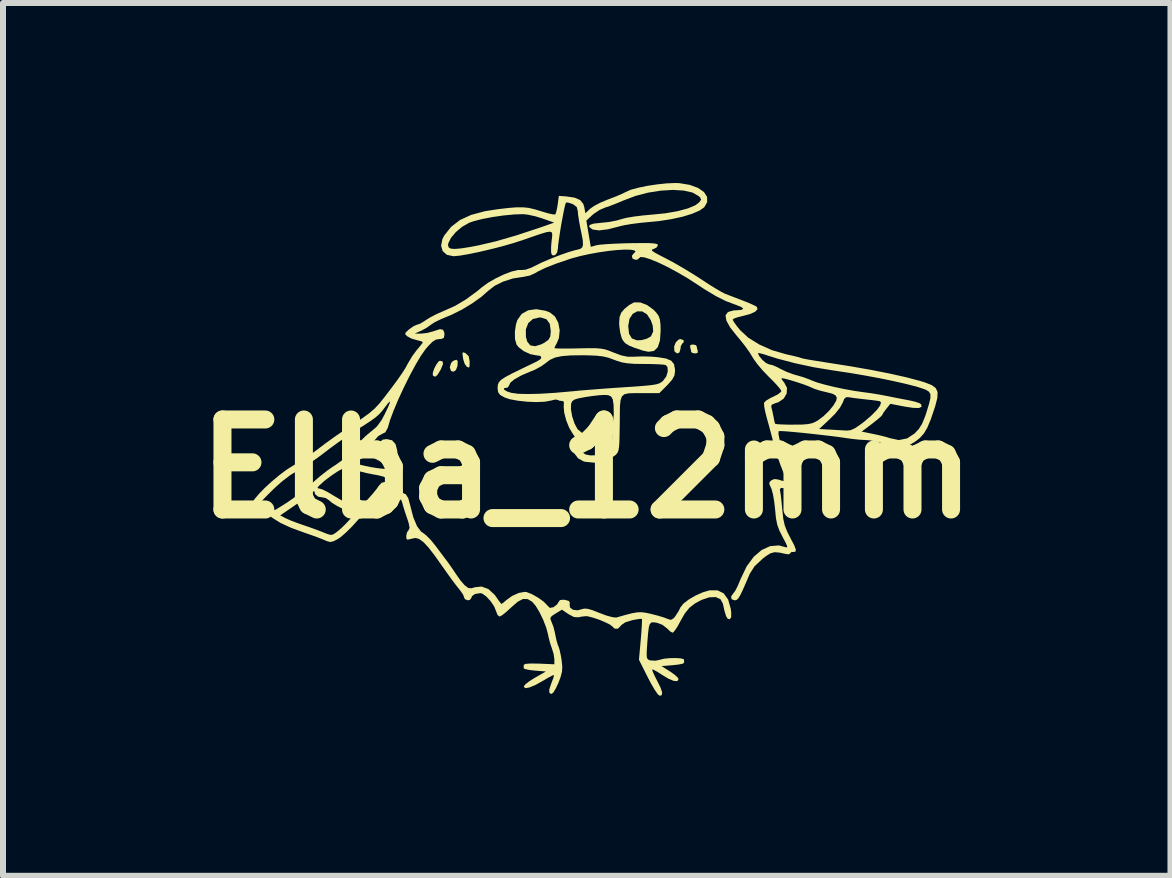
<source format=kicad_pcb>
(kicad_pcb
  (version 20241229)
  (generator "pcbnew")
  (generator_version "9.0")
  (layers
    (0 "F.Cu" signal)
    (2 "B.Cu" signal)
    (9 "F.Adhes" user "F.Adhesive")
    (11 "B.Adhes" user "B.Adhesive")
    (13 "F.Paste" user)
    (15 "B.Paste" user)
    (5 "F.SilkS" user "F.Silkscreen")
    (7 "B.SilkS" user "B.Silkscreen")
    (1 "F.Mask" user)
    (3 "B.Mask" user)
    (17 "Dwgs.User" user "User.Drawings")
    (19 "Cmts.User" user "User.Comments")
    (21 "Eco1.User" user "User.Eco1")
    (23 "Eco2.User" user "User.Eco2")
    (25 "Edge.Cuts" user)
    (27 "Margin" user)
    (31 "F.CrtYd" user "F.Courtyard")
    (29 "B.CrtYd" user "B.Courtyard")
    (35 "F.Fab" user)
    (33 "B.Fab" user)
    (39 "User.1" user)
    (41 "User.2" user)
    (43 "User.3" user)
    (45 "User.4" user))
  (footprint "Elba_12mm"
    (layer "F.Cu")
    (at 6.729 4.763)
    (property "Reference" "Elba_12mm" (at 0 0 0) (layer "F.SilkS") (effects (font (size 1.5 1.5) (thickness 0.3))))
    (attr board_only exclude_from_pos_files exclude_from_bom)
    (fp_poly (pts (xy -2.151 -1.796) (xy -2.154 -1.724) (xy -2.155 -1.712) (xy -2.181 -1.645) (xy -2.223 -1.617) (xy -2.262 -1.63) (xy -2.282 -1.687) (xy -2.282 -1.695) (xy -2.26 -1.765) (xy -2.226 -1.799) (xy -2.173 -1.818)) (stroke (width 0) (type solid)) (fill yes) (layer "F.SilkS"))
    (fp_poly (pts (xy 1.819 -2.061) (xy 1.831 -2.044) (xy 1.841 -1.994) (xy 1.85 -1.969) (xy 1.848 -1.931) (xy 1.805 -1.922) (xy 1.754 -1.933) (xy 1.741 -1.949) (xy 1.731 -1.999) (xy 1.723 -2.024) (xy 1.725 -2.062) (xy 1.768 -2.072)) (stroke (width 0) (type solid)) (fill yes) (layer "F.SilkS"))
    (fp_poly (pts (xy -2.402 -1.789) (xy -2.396 -1.746) (xy -2.428 -1.666) (xy -2.437 -1.648) (xy -2.489 -1.563) (xy -2.529 -1.533) (xy -2.563 -1.554) (xy -2.566 -1.559) (xy -2.565 -1.604) (xy -2.541 -1.673) (xy -2.504 -1.743) (xy -2.466 -1.792) (xy -2.446 -1.801)) (stroke (width 0) (type solid)) (fill yes) (layer "F.SilkS"))
    (fp_poly (pts (xy 1.612 -2.146) (xy 1.617 -2.111) (xy 1.591 -2.087) (xy 1.568 -2.045) (xy 1.561 -1.995) (xy 1.544 -1.938) (xy 1.505 -1.922) (xy 1.466 -1.953) (xy 1.46 -1.967) (xy 1.456 -2.039) (xy 1.485 -2.11) (xy 1.534 -2.156) (xy 1.56 -2.162)) (stroke (width 0) (type solid)) (fill yes) (layer "F.SilkS"))
    (fp_poly (pts (xy -2.031 -1.932) (xy -2.016 -1.924) (xy -1.967 -1.875) (xy -1.952 -1.79) (xy -1.952 -1.785) (xy -1.953 -1.712) (xy -1.962 -1.687) (xy -1.988 -1.696) (xy -2.005 -1.707) (xy -2.035 -1.75) (xy -2.059 -1.827) (xy -2.062 -1.845) (xy -2.072 -1.917) (xy -2.064 -1.942)) (stroke (width 0) (type solid)) (fill yes) (layer "F.SilkS"))
    (fp_poly (pts (xy 0.894 -2.772) (xy 1.007 -2.728) (xy 1.114 -2.65) (xy 1.156 -2.606) (xy 1.197 -2.55) (xy 1.219 -2.488) (xy 1.229 -2.402) (xy 1.231 -2.301) (xy 1.22 -2.137) (xy 1.183 -2.025) (xy 1.12 -1.964) (xy 1.027 -1.95) (xy 0.931 -1.971) (xy 0.792 -2.018) (xy 0.698 -2.057) (xy 0.639 -2.095) (xy 0.603 -2.139) (xy 0.582 -2.179) (xy 0.557 -2.272) (xy 0.543 -2.377) (xy 0.691 -2.377) (xy 0.705 -2.25) (xy 0.752 -2.173) (xy 0.834 -2.141) (xy 0.915 -2.145) (xy 1.002 -2.169) (xy 1.065 -2.204) (xy 1.073 -2.213) (xy 1.107 -2.29) (xy 1.099 -2.387) (xy 1.068 -2.475) (xy 1.004 -2.574) (xy 0.925 -2.623) (xy 0.841 -2.624) (xy 0.766 -2.582) (xy 0.712 -2.5) (xy 0.691 -2.38) (xy 0.691 -2.377) (xy 0.543 -2.377) (xy 0.542 -2.387) (xy 0.54 -2.429) (xy 0.547 -2.53) (xy 0.574 -2.601) (xy 0.629 -2.666) (xy 0.705 -2.728) (xy 0.781 -2.77) (xy 0.796 -2.774)) (stroke (width 0) (type solid)) (fill yes) (layer "F.SilkS"))
    (fp_poly (pts (xy -0.688 -2.634) (xy -0.611 -2.604) (xy -0.529 -2.537) (xy -0.474 -2.432) (xy -0.451 -2.307) (xy -0.464 -2.181) (xy -0.495 -2.102) (xy -0.527 -2.043) (xy -0.539 -2.012) (xy -0.512 -2.007) (xy -0.435 -2.004) (xy -0.32 -2.004) (xy -0.178 -2.006) (xy -0.141 -2.007) (xy 0.024 -2.01) (xy 0.144 -2.01) (xy 0.233 -2.003) (xy 0.306 -1.99) (xy 0.377 -1.966) (xy 0.451 -1.936) (xy 0.578 -1.889) (xy 0.681 -1.868) (xy 0.791 -1.868) (xy 0.81 -1.869) (xy 0.931 -1.873) (xy 1.077 -1.869) (xy 1.184 -1.86) (xy 1.32 -1.838) (xy 1.407 -1.802) (xy 1.454 -1.745) (xy 1.47 -1.659) (xy 1.471 -1.627) (xy 1.461 -1.554) (xy 1.423 -1.485) (xy 1.348 -1.4) (xy 1.34 -1.392) (xy 1.209 -1.261) (xy 0.942 -1.261) (xy 0.8 -1.261) (xy 0.698 -1.258) (xy 0.629 -1.243) (xy 0.586 -1.207) (xy 0.563 -1.142) (xy 0.553 -1.04) (xy 0.551 -0.893) (xy 0.55 -0.756) (xy 0.547 -0.579) (xy 0.544 -0.451) (xy 0.538 -0.363) (xy 0.528 -0.305) (xy 0.513 -0.268) (xy 0.49 -0.24) (xy 0.467 -0.219) (xy 0.325 -0.135) (xy 0.158 -0.099) (xy -0.022 -0.116) (xy -0.054 -0.124) (xy -0.145 -0.175) (xy -0.207 -0.257) (xy -0.226 -0.337) (xy -0.108 -0.337) (xy -0.076 -0.276) (xy -0.018 -0.238) (xy 0.062 -0.223) (xy 0.171 -0.226) (xy 0.281 -0.243) (xy 0.361 -0.271) (xy 0.408 -0.325) (xy 0.42 -0.404) (xy 0.425 -0.488) (xy 0.438 -0.551) (xy 0.438 -0.552) (xy 0.432 -0.57) (xy 0.385 -0.556) (xy 0.298 -0.512) (xy 0.178 -0.456) (xy 0.084 -0.438) (xy 0.046 -0.441) (xy -0.042 -0.435) (xy -0.095 -0.395) (xy -0.108 -0.337) (xy -0.226 -0.337) (xy -0.23 -0.353) (xy -0.212 -0.433) (xy -0.189 -0.491) (xy -0.203 -0.54) (xy -0.234 -0.585) (xy -0.293 -0.684) (xy -0.343 -0.809) (xy -0.376 -0.936) (xy -0.381 -0.992) (xy -0.264 -0.992) (xy -0.243 -0.874) (xy -0.204 -0.755) (xy -0.154 -0.661) (xy -0.079 -0.598) (xy 0.003 -0.567) (xy 0.074 -0.553) (xy 0.114 -0.545) (xy 0.115 -0.544) (xy 0.146 -0.555) (xy 0.207 -0.585) (xy 0.221 -0.593) (xy 0.335 -0.662) (xy 0.404 -0.726) (xy 0.439 -0.8) (xy 0.45 -0.9) (xy 0.45 -0.928) (xy 0.447 -1.066) (xy 0.434 -1.155) (xy 0.406 -1.205) (xy 0.358 -1.227) (xy 0.297 -1.231) (xy 0.207 -1.226) (xy 0.085 -1.212) (xy -0.03 -1.195) (xy -0.143 -1.173) (xy -0.209 -1.152) (xy -0.244 -1.124) (xy -0.261 -1.084) (xy -0.261 -1.084) (xy -0.264 -0.992) (xy -0.381 -0.992) (xy -0.385 -1.041) (xy -0.383 -1.054) (xy -0.382 -1.118) (xy -0.405 -1.13) (xy -0.407 -1.13) (xy -0.459 -1.135) (xy -0.471 -1.144) (xy -0.521 -1.155) (xy -0.598 -1.137) (xy -0.699 -1.118) (xy -0.838 -1.112) (xy -0.995 -1.118) (xy -1.151 -1.135) (xy -1.286 -1.16) (xy -1.37 -1.189) (xy -1.445 -1.232) (xy -1.478 -1.278) (xy -1.486 -1.342) (xy -1.38 -1.342) (xy -1.376 -1.319) (xy -1.331 -1.29) (xy -1.254 -1.265) (xy -1.253 -1.265) (xy -1.142 -1.25) (xy -0.979 -1.246) (xy -0.773 -1.251) (xy -0.531 -1.266) (xy -0.26 -1.29) (xy -0.255 -1.29) (xy -0.125 -1.303) (xy 0.049 -1.317) (xy 0.249 -1.333) (xy 0.459 -1.348) (xy 0.621 -1.359) (xy 0.821 -1.372) (xy 0.971 -1.384) (xy 1.079 -1.395) (xy 1.153 -1.407) (xy 1.204 -1.422) (xy 1.24 -1.441) (xy 1.271 -1.466) (xy 1.274 -1.469) (xy 1.326 -1.541) (xy 1.35 -1.623) (xy 1.345 -1.695) (xy 1.319 -1.728) (xy 1.277 -1.736) (xy 1.19 -1.742) (xy 1.069 -1.746) (xy 0.957 -1.747) (xy 0.796 -1.749) (xy 0.678 -1.758) (xy 0.583 -1.774) (xy 0.495 -1.802) (xy 0.451 -1.818) (xy 0.36 -1.852) (xy 0.269 -1.873) (xy 0.162 -1.885) (xy 0.022 -1.891) (xy -0.064 -1.892) (xy -0.264 -1.89) (xy -0.415 -1.878) (xy -0.528 -1.854) (xy -0.615 -1.815) (xy -0.687 -1.76) (xy -0.688 -1.759) (xy -0.761 -1.707) (xy -0.863 -1.652) (xy -0.931 -1.624) (xy -1.086 -1.558) (xy -1.202 -1.494) (xy -1.273 -1.436) (xy -1.291 -1.397) (xy -1.315 -1.356) (xy -1.336 -1.351) (xy -1.38 -1.342) (xy -1.486 -1.342) (xy -1.486 -1.347) (xy -1.486 -1.349) (xy -1.482 -1.4) (xy -1.465 -1.443) (xy -1.426 -1.484) (xy -1.357 -1.529) (xy -1.251 -1.586) (xy -1.099 -1.66) (xy -1.081 -1.669) (xy -0.948 -1.733) (xy -0.859 -1.776) (xy -0.805 -1.805) (xy -0.776 -1.824) (xy -0.764 -1.84) (xy -0.757 -1.856) (xy -0.774 -1.882) (xy -0.842 -1.891) (xy -0.943 -1.911) (xy -1.05 -1.961) (xy -1.137 -2.028) (xy -1.171 -2.072) (xy -1.196 -2.162) (xy -1.198 -2.283) (xy -1.192 -2.325) (xy -1.015 -2.325) (xy -1.014 -2.2) (xy -0.992 -2.119) (xy -0.941 -2.057) (xy -0.86 -2.043) (xy -0.753 -2.076) (xy -0.702 -2.104) (xy -0.637 -2.152) (xy -0.608 -2.205) (xy -0.6 -2.289) (xy -0.6 -2.297) (xy -0.617 -2.417) (xy -0.67 -2.491) (xy -0.762 -2.521) (xy -0.788 -2.522) (xy -0.897 -2.497) (xy -0.975 -2.428) (xy -1.015 -2.325) (xy -1.192 -2.325) (xy -1.18 -2.407) (xy -1.157 -2.479) (xy -1.085 -2.581) (xy -0.976 -2.642) (xy -0.841 -2.66)) (stroke (width 0) (type solid)) (fill yes) (layer "F.SilkS"))
    (fp_poly (pts (xy 1.542 -4.761) (xy 1.716 -4.732) (xy 1.855 -4.681) (xy 1.953 -4.613) (xy 2.005 -4.533) (xy 2.007 -4.445) (xy 1.959 -4.36) (xy 1.883 -4.305) (xy 1.758 -4.251) (xy 1.596 -4.201) (xy 1.406 -4.16) (xy 1.201 -4.128) (xy 1.063 -4.115) (xy 0.905 -4.1) (xy 0.753 -4.081) (xy 0.627 -4.06) (xy 0.555 -4.043) (xy 0.356 -3.992) (xy 0.205 -3.973) (xy 0.104 -3.987) (xy 0.09 -3.993) (xy 0.04 -4.032) (xy 0.048 -4.064) (xy 0.113 -4.086) (xy 0.233 -4.099) (xy 0.241 -4.1) (xy 0.37 -4.113) (xy 0.499 -4.138) (xy 0.57 -4.159) (xy 0.658 -4.182) (xy 0.788 -4.204) (xy 0.944 -4.223) (xy 1.076 -4.235) (xy 1.311 -4.258) (xy 1.517 -4.294) (xy 1.687 -4.34) (xy 1.812 -4.393) (xy 1.873 -4.44) (xy 1.905 -4.484) (xy 1.892 -4.519) (xy 1.864 -4.546) (xy 1.762 -4.604) (xy 1.615 -4.637) (xy 1.437 -4.648) (xy 1.236 -4.636) (xy 1.025 -4.603) (xy 0.814 -4.548) (xy 0.615 -4.473) (xy 0.615 -4.473) (xy 0.498 -4.424) (xy 0.385 -4.38) (xy 0.307 -4.354) (xy 0.212 -4.313) (xy 0.115 -4.248) (xy 0.094 -4.23) (xy -0.007 -4.137) (xy 0.03 -3.918) (xy 0.067 -3.699) (xy 0.159 -3.725) (xy 0.22 -3.735) (xy 0.329 -3.744) (xy 0.471 -3.752) (xy 0.635 -3.758) (xy 0.718 -3.76) (xy 0.898 -3.762) (xy 1.027 -3.762) (xy 1.112 -3.757) (xy 1.161 -3.749) (xy 1.183 -3.736) (xy 1.186 -3.724) (xy 1.16 -3.685) (xy 1.112 -3.663) (xy 1.085 -3.652) (xy 1.089 -3.634) (xy 1.13 -3.605) (xy 1.215 -3.559) (xy 1.307 -3.512) (xy 1.445 -3.439) (xy 1.609 -3.344) (xy 1.777 -3.242) (xy 1.897 -3.165) (xy 2.026 -3.08) (xy 2.145 -3.006) (xy 2.241 -2.95) (xy 2.3 -2.919) (xy 2.302 -2.919) (xy 2.373 -2.891) (xy 2.477 -2.851) (xy 2.593 -2.807) (xy 2.597 -2.805) (xy 2.703 -2.763) (xy 2.786 -2.726) (xy 2.832 -2.701) (xy 2.834 -2.7) (xy 2.846 -2.66) (xy 2.806 -2.618) (xy 2.721 -2.579) (xy 2.609 -2.549) (xy 2.516 -2.526) (xy 2.451 -2.503) (xy 2.432 -2.486) (xy 2.45 -2.45) (xy 2.497 -2.384) (xy 2.555 -2.312) (xy 2.691 -2.186) (xy 2.874 -2.072) (xy 3.087 -1.977) (xy 3.317 -1.91) (xy 3.334 -1.906) (xy 3.442 -1.882) (xy 3.527 -1.861) (xy 3.572 -1.847) (xy 3.573 -1.846) (xy 3.61 -1.836) (xy 3.695 -1.82) (xy 3.816 -1.8) (xy 3.961 -1.777) (xy 3.998 -1.771) (xy 4.381 -1.711) (xy 4.734 -1.649) (xy 5.049 -1.587) (xy 5.321 -1.526) (xy 5.542 -1.468) (xy 5.637 -1.439) (xy 5.749 -1.395) (xy 5.817 -1.345) (xy 5.847 -1.278) (xy 5.843 -1.182) (xy 5.808 -1.046) (xy 5.796 -1.009) (xy 5.734 -0.825) (xy 5.677 -0.688) (xy 5.618 -0.588) (xy 5.55 -0.512) (xy 5.472 -0.452) (xy 5.382 -0.398) (xy 5.3 -0.37) (xy 5.211 -0.366) (xy 5.097 -0.386) (xy 4.969 -0.42) (xy 4.845 -0.451) (xy 4.726 -0.473) (xy 4.642 -0.48) (xy 4.546 -0.485) (xy 4.424 -0.498) (xy 4.342 -0.509) (xy 4.22 -0.527) (xy 4.072 -0.546) (xy 3.907 -0.565) (xy 3.739 -0.584) (xy 3.576 -0.601) (xy 3.429 -0.615) (xy 3.311 -0.625) (xy 3.231 -0.629) (xy 3.2 -0.628) (xy 3.194 -0.585) (xy 3.21 -0.502) (xy 3.242 -0.389) (xy 3.285 -0.259) (xy 3.336 -0.124) (xy 3.388 0.002) (xy 3.439 0.108) (xy 3.482 0.182) (xy 3.514 0.21) (xy 3.515 0.21) (xy 3.54 0.234) (xy 3.543 0.255) (xy 3.516 0.296) (xy 3.446 0.322) (xy 3.349 0.328) (xy 3.3 0.324) (xy 3.238 0.319) (xy 3.219 0.339) (xy 3.223 0.373) (xy 3.233 0.431) (xy 3.244 0.53) (xy 3.256 0.652) (xy 3.26 0.691) (xy 3.275 0.834) (xy 3.3 0.945) (xy 3.342 1.051) (xy 3.399 1.163) (xy 3.458 1.275) (xy 3.484 1.345) (xy 3.48 1.379) (xy 3.444 1.388) (xy 3.415 1.385) (xy 3.393 1.403) (xy 3.393 1.409) (xy 3.368 1.425) (xy 3.325 1.421) (xy 3.209 1.396) (xy 3.128 1.39) (xy 3.061 1.409) (xy 2.986 1.456) (xy 2.932 1.498) (xy 2.796 1.625) (xy 2.717 1.749) (xy 2.646 1.915) (xy 2.594 2.033) (xy 2.555 2.112) (xy 2.526 2.159) (xy 2.501 2.183) (xy 2.477 2.191) (xy 2.464 2.192) (xy 2.413 2.173) (xy 2.406 2.127) (xy 2.445 2.073) (xy 2.477 2.029) (xy 2.519 1.945) (xy 2.564 1.838) (xy 2.569 1.826) (xy 2.665 1.626) (xy 2.782 1.467) (xy 2.914 1.354) (xy 3.056 1.289) (xy 3.202 1.277) (xy 3.314 1.307) (xy 3.339 1.31) (xy 3.338 1.285) (xy 3.31 1.223) (xy 3.265 1.138) (xy 3.21 1.029) (xy 3.175 0.933) (xy 3.153 0.824) (xy 3.139 0.679) (xy 3.139 0.678) (xy 3.124 0.545) (xy 3.103 0.425) (xy 3.08 0.338) (xy 3.072 0.32) (xy 3.043 0.256) (xy 3.046 0.22) (xy 3.077 0.192) (xy 3.124 0.171) (xy 3.187 0.178) (xy 3.245 0.196) (xy 3.318 0.214) (xy 3.361 0.211) (xy 3.364 0.19) (xy 3.335 0.167) (xy 3.309 0.129) (xy 3.271 0.046) (xy 3.227 -0.066) (xy 3.182 -0.195) (xy 3.14 -0.327) (xy 3.111 -0.435) (xy 3.079 -0.56) (xy 3.051 -0.663) (xy 3.873 -0.663) (xy 4.061 -0.653) (xy 4.177 -0.646) (xy 4.283 -0.64) (xy 4.338 -0.637) (xy 4.402 -0.645) (xy 4.478 -0.681) (xy 4.58 -0.752) (xy 4.627 -0.788) (xy 4.747 -0.891) (xy 4.836 -0.982) (xy 4.89 -1.057) (xy 4.904 -1.107) (xy 4.886 -1.125) (xy 4.838 -1.134) (xy 4.751 -1.145) (xy 4.654 -1.156) (xy 4.538 -1.169) (xy 4.436 -1.182) (xy 4.379 -1.191) (xy 4.324 -1.194) (xy 4.291 -1.165) (xy 4.265 -1.101) (xy 4.22 -1.018) (xy 4.138 -0.916) (xy 4.051 -0.829) (xy 3.873 -0.663) (xy 3.051 -0.663) (xy 3.039 -0.709) (xy 3.003 -0.838) (xy 2.974 -0.95) (xy 2.958 -1.035) (xy 3.074 -1.035) (xy 3.089 -0.98) (xy 3.106 -0.897) (xy 3.11 -0.88) (xy 3.125 -0.803) (xy 3.137 -0.755) (xy 3.139 -0.751) (xy 3.17 -0.744) (xy 3.248 -0.739) (xy 3.36 -0.736) (xy 3.442 -0.736) (xy 3.586 -0.737) (xy 3.686 -0.745) (xy 3.758 -0.76) (xy 3.818 -0.787) (xy 3.85 -0.805) (xy 3.946 -0.877) (xy 4.037 -0.965) (xy 4.111 -1.056) (xy 4.158 -1.136) (xy 4.167 -1.184) (xy 4.147 -1.223) (xy 4.093 -1.252) (xy 3.993 -1.277) (xy 3.886 -1.303) (xy 3.793 -1.333) (xy 3.755 -1.35) (xy 3.693 -1.377) (xy 3.602 -1.411) (xy 3.498 -1.445) (xy 3.395 -1.477) (xy 3.309 -1.5) (xy 3.254 -1.51) (xy 3.243 -1.508) (xy 3.26 -1.475) (xy 3.291 -1.437) (xy 3.337 -1.349) (xy 3.332 -1.255) (xy 3.283 -1.171) (xy 3.196 -1.11) (xy 3.147 -1.095) (xy 3.083 -1.068) (xy 3.074 -1.035) (xy 2.958 -1.035) (xy 2.957 -1.042) (xy 2.954 -1.097) (xy 2.955 -1.101) (xy 2.99 -1.137) (xy 3.062 -1.18) (xy 3.107 -1.201) (xy 3.186 -1.241) (xy 3.234 -1.28) (xy 3.243 -1.296) (xy 3.222 -1.332) (xy 3.167 -1.397) (xy 3.087 -1.481) (xy 3.035 -1.532) (xy 2.935 -1.636) (xy 2.845 -1.742) (xy 2.779 -1.833) (xy 2.762 -1.861) (xy 2.72 -1.93) (xy 2.852 -1.93) (xy 2.874 -1.879) (xy 2.925 -1.817) (xy 2.986 -1.764) (xy 3.036 -1.741) (xy 3.037 -1.741) (xy 3.098 -1.727) (xy 3.183 -1.69) (xy 3.222 -1.668) (xy 3.332 -1.615) (xy 3.457 -1.57) (xy 3.498 -1.559) (xy 3.611 -1.526) (xy 3.719 -1.486) (xy 3.753 -1.471) (xy 3.835 -1.44) (xy 3.962 -1.404) (xy 4.117 -1.366) (xy 4.286 -1.33) (xy 4.452 -1.3) (xy 4.601 -1.278) (xy 4.624 -1.275) (xy 4.743 -1.259) (xy 4.887 -1.235) (xy 4.999 -1.214) (xy 5.138 -1.186) (xy 5.283 -1.158) (xy 5.381 -1.139) (xy 5.477 -1.117) (xy 5.548 -1.092) (xy 5.572 -1.076) (xy 5.58 -1.033) (xy 5.534 -1.013) (xy 5.435 -1.016) (xy 5.298 -1.037) (xy 5.059 -1.083) (xy 4.992 -0.999) (xy 4.947 -0.939) (xy 4.925 -0.9) (xy 4.924 -0.897) (xy 4.902 -0.871) (xy 4.843 -0.82) (xy 4.761 -0.755) (xy 4.753 -0.749) (xy 4.582 -0.62) (xy 4.783 -0.579) (xy 4.896 -0.554) (xy 4.994 -0.529) (xy 5.051 -0.511) (xy 5.2 -0.479) (xy 5.338 -0.506) (xy 5.463 -0.588) (xy 5.533 -0.662) (xy 5.588 -0.749) (xy 5.637 -0.868) (xy 5.658 -0.931) (xy 5.703 -1.077) (xy 5.727 -1.176) (xy 5.728 -1.242) (xy 5.704 -1.284) (xy 5.655 -1.315) (xy 5.607 -1.334) (xy 5.487 -1.372) (xy 5.318 -1.415) (xy 5.111 -1.462) (xy 4.878 -1.51) (xy 4.629 -1.556) (xy 4.375 -1.599) (xy 4.128 -1.636) (xy 3.791 -1.691) (xy 3.468 -1.76) (xy 3.176 -1.837) (xy 3.055 -1.875) (xy 2.956 -1.907) (xy 2.884 -1.926) (xy 2.853 -1.93) (xy 2.852 -1.93) (xy 2.72 -1.93) (xy 2.712 -1.943) (xy 2.635 -2.05) (xy 2.544 -2.165) (xy 2.504 -2.211) (xy 2.389 -2.357) (xy 2.326 -2.472) (xy 2.313 -2.557) (xy 2.353 -2.613) (xy 2.443 -2.639) (xy 2.498 -2.642) (xy 2.581 -2.649) (xy 2.607 -2.668) (xy 2.576 -2.697) (xy 2.487 -2.732) (xy 2.484 -2.733) (xy 2.321 -2.794) (xy 2.149 -2.88) (xy 1.955 -2.997) (xy 1.846 -3.069) (xy 1.68 -3.176) (xy 1.511 -3.275) (xy 1.348 -3.363) (xy 1.196 -3.436) (xy 1.066 -3.49) (xy 0.963 -3.523) (xy 0.895 -3.53) (xy 0.871 -3.509) (xy 0.871 -3.509) (xy 0.846 -3.488) (xy 0.811 -3.483) (xy 0.762 -3.504) (xy 0.752 -3.55) (xy 0.781 -3.588) (xy 0.813 -3.619) (xy 0.794 -3.64) (xy 0.731 -3.651) (xy 0.633 -3.653) (xy 0.508 -3.646) (xy 0.362 -3.631) (xy 0.205 -3.608) (xy 0.043 -3.579) (xy -0.115 -3.544) (xy -0.262 -3.504) (xy -0.285 -3.496) (xy -0.514 -3.418) (xy -0.692 -3.348) (xy -0.815 -3.288) (xy -0.85 -3.266) (xy -0.948 -3.221) (xy -1.068 -3.197) (xy -1.076 -3.197) (xy -1.232 -3.172) (xy -1.393 -3.12) (xy -1.536 -3.049) (xy -1.638 -2.97) (xy -1.755 -2.867) (xy -1.909 -2.757) (xy -2.081 -2.653) (xy -2.253 -2.567) (xy -2.331 -2.535) (xy -2.442 -2.488) (xy -2.537 -2.441) (xy -2.596 -2.402) (xy -2.597 -2.401) (xy -2.667 -2.351) (xy -2.755 -2.303) (xy -2.762 -2.3) (xy -2.867 -2.254) (xy -2.758 -2.253) (xy -2.654 -2.265) (xy -2.548 -2.294) (xy -2.539 -2.298) (xy -2.447 -2.327) (xy -2.394 -2.317) (xy -2.373 -2.264) (xy -2.372 -2.235) (xy -2.382 -2.182) (xy -2.425 -2.163) (xy -2.46 -2.162) (xy -2.516 -2.152) (xy -2.572 -2.117) (xy -2.641 -2.047) (xy -2.69 -1.989) (xy -2.765 -1.882) (xy -2.854 -1.732) (xy -2.951 -1.552) (xy -3.048 -1.356) (xy -3.14 -1.158) (xy -3.219 -0.97) (xy -3.28 -0.807) (xy -3.316 -0.683) (xy -3.357 -0.608) (xy -3.408 -0.583) (xy -3.476 -0.544) (xy -3.534 -0.478) (xy -3.535 -0.477) (xy -3.589 -0.414) (xy -3.647 -0.389) (xy -3.692 -0.367) (xy -3.755 -0.312) (xy -3.822 -0.241) (xy -3.876 -0.171) (xy -3.902 -0.118) (xy -3.903 -0.112) (xy -3.876 -0.096) (xy -3.805 -0.074) (xy -3.707 -0.051) (xy -3.596 -0.028) (xy -3.49 -0.011) (xy -3.402 -0.001) (xy -3.378 0) (xy -3.27 0) (xy -3.279 -0.186) (xy -3.286 -0.29) (xy -3.299 -0.348) (xy -3.324 -0.377) (xy -3.363 -0.39) (xy -3.426 -0.42) (xy -3.437 -0.456) (xy -3.4 -0.486) (xy -3.334 -0.495) (xy -3.244 -0.475) (xy -3.187 -0.412) (xy -3.158 -0.301) (xy -3.153 -0.21) (xy -3.162 -0.107) (xy -3.187 0.029) (xy -3.223 0.174) (xy -3.263 0.306) (xy -3.285 0.364) (xy -3.29 0.394) (xy -3.263 0.405) (xy -3.19 0.4) (xy -3.176 0.399) (xy -3.079 0.397) (xy -3.016 0.424) (xy -2.975 0.49) (xy -2.944 0.604) (xy -2.891 0.808) (xy -2.829 0.956) (xy -2.761 1.047) (xy -2.733 1.065) (xy -2.675 1.11) (xy -2.598 1.188) (xy -2.522 1.282) (xy -2.443 1.387) (xy -2.366 1.49) (xy -2.312 1.561) (xy -2.244 1.658) (xy -2.177 1.758) (xy -2.168 1.771) (xy -2.106 1.859) (xy -2.04 1.935) (xy -2.032 1.943) (xy -1.973 1.987) (xy -1.917 1.991) (xy -1.869 1.975) (xy -1.754 1.962) (xy -1.64 2.004) (xy -1.537 2.098) (xy -1.509 2.136) (xy -1.462 2.205) (xy -1.428 2.246) (xy -1.421 2.252) (xy -1.393 2.234) (xy -1.346 2.193) (xy -1.245 2.119) (xy -1.133 2.069) (xy -1.033 2.051) (xy -1.001 2.055) (xy -0.912 2.09) (xy -0.81 2.148) (xy -0.718 2.214) (xy -0.659 2.274) (xy -0.655 2.279) (xy -0.616 2.318) (xy -0.562 2.309) (xy -0.553 2.305) (xy -0.495 2.261) (xy -0.472 2.223) (xy -0.446 2.187) (xy -0.385 2.182) (xy -0.363 2.185) (xy -0.299 2.202) (xy -0.281 2.233) (xy -0.286 2.253) (xy -0.28 2.311) (xy -0.231 2.349) (xy -0.157 2.359) (xy -0.094 2.343) (xy -0.044 2.33) (xy 0.014 2.333) (xy 0.094 2.356) (xy 0.211 2.402) (xy 0.329 2.446) (xy 0.428 2.473) (xy 0.491 2.479) (xy 0.495 2.478) (xy 0.65 2.434) (xy 0.761 2.406) (xy 0.844 2.392) (xy 0.913 2.39) (xy 0.983 2.399) (xy 1.07 2.418) (xy 1.077 2.42) (xy 1.191 2.449) (xy 1.289 2.479) (xy 1.346 2.501) (xy 1.401 2.518) (xy 1.444 2.495) (xy 1.473 2.461) (xy 1.527 2.378) (xy 1.563 2.307) (xy 1.612 2.246) (xy 1.702 2.177) (xy 1.816 2.111) (xy 1.939 2.057) (xy 2.045 2.026) (xy 2.178 2.025) (xy 2.282 2.076) (xy 2.356 2.179) (xy 2.4 2.333) (xy 2.408 2.402) (xy 2.406 2.477) (xy 2.383 2.506) (xy 2.373 2.507) (xy 2.345 2.495) (xy 2.321 2.453) (xy 2.296 2.371) (xy 2.268 2.246) (xy 2.228 2.173) (xy 2.149 2.138) (xy 2.041 2.142) (xy 1.911 2.186) (xy 1.799 2.247) (xy 1.708 2.319) (xy 1.632 2.414) (xy 1.565 2.532) (xy 1.512 2.629) (xy 1.465 2.699) (xy 1.434 2.732) (xy 1.431 2.732) (xy 1.391 2.711) (xy 1.338 2.66) (xy 1.337 2.659) (xy 1.26 2.6) (xy 1.165 2.565) (xy 1.112 2.558) (xy 1.075 2.562) (xy 1.05 2.589) (xy 1.034 2.645) (xy 1.022 2.742) (xy 1.01 2.886) (xy 1.007 2.931) (xy 0.999 3.052) (xy 0.999 3.126) (xy 1.009 3.165) (xy 1.031 3.184) (xy 1.063 3.194) (xy 1.148 3.198) (xy 1.216 3.183) (xy 1.288 3.165) (xy 1.382 3.156) (xy 1.48 3.154) (xy 1.563 3.159) (xy 1.614 3.172) (xy 1.621 3.183) (xy 1.622 3.233) (xy 1.622 3.235) (xy 1.595 3.249) (xy 1.524 3.263) (xy 1.434 3.273) (xy 1.246 3.288) (xy 1.388 3.378) (xy 1.466 3.433) (xy 1.518 3.482) (xy 1.53 3.505) (xy 1.51 3.539) (xy 1.45 3.535) (xy 1.359 3.497) (xy 1.26 3.437) (xy 1.177 3.384) (xy 1.115 3.35) (xy 1.09 3.343) (xy 1.097 3.374) (xy 1.127 3.442) (xy 1.169 3.525) (xy 1.231 3.649) (xy 1.257 3.73) (xy 1.249 3.773) (xy 1.216 3.783) (xy 1.183 3.757) (xy 1.132 3.683) (xy 1.067 3.571) (xy 1.021 3.483) (xy 0.87 3.183) (xy 0.9 2.847) (xy 0.911 2.712) (xy 0.918 2.601) (xy 0.921 2.526) (xy 0.919 2.501) (xy 0.887 2.501) (xy 0.815 2.512) (xy 0.755 2.524) (xy 0.642 2.559) (xy 0.576 2.604) (xy 0.569 2.615) (xy 0.52 2.664) (xy 0.464 2.664) (xy 0.429 2.63) (xy 0.389 2.598) (xy 0.309 2.558) (xy 0.209 2.516) (xy 0.106 2.481) (xy 0.019 2.459) (xy -0.015 2.456) (xy -0.096 2.465) (xy -0.136 2.475) (xy -0.214 2.47) (xy -0.305 2.422) (xy -0.414 2.348) (xy -0.52 2.412) (xy -0.586 2.456) (xy -0.608 2.491) (xy -0.595 2.534) (xy -0.587 2.552) (xy -0.557 2.629) (xy -0.531 2.731) (xy -0.525 2.762) (xy -0.505 2.858) (xy -0.482 2.935) (xy -0.474 2.953) (xy -0.454 3.012) (xy -0.433 3.107) (xy -0.419 3.19) (xy -0.408 3.298) (xy -0.413 3.384) (xy -0.438 3.476) (xy -0.47 3.562) (xy -0.515 3.659) (xy -0.557 3.728) (xy -0.589 3.753) (xy -0.623 3.735) (xy -0.625 3.679) (xy -0.592 3.578) (xy -0.584 3.558) (xy -0.557 3.486) (xy -0.546 3.442) (xy -0.547 3.437) (xy -0.575 3.446) (xy -0.64 3.48) (xy -0.721 3.528) (xy -0.852 3.601) (xy -0.955 3.644) (xy -1.023 3.656) (xy -1.05 3.633) (xy -1.05 3.629) (xy -1.025 3.594) (xy -0.961 3.543) (xy -0.87 3.486) (xy -0.865 3.483) (xy -0.681 3.378) (xy -0.866 3.363) (xy -0.963 3.352) (xy -1.03 3.337) (xy -1.051 3.325) (xy -1.051 3.276) (xy -1.051 3.269) (xy -1.023 3.252) (xy -0.939 3.245) (xy -0.797 3.247) (xy -0.796 3.247) (xy -0.54 3.258) (xy -0.54 3.174) (xy -0.552 3.087) (xy -0.581 2.993) (xy -0.582 2.991) (xy -0.614 2.895) (xy -0.642 2.783) (xy -0.646 2.759) (xy -0.676 2.646) (xy -0.726 2.517) (xy -0.788 2.389) (xy -0.853 2.282) (xy -0.911 2.215) (xy -0.987 2.171) (xy -1.064 2.17) (xy -1.15 2.215) (xy -1.257 2.308) (xy -1.261 2.312) (xy -1.342 2.386) (xy -1.41 2.44) (xy -1.452 2.462) (xy -1.454 2.462) (xy -1.487 2.436) (xy -1.511 2.374) (xy -1.543 2.294) (xy -1.601 2.208) (xy -1.671 2.131) (xy -1.738 2.082) (xy -1.772 2.072) (xy -1.861 2.086) (xy -1.914 2.123) (xy -1.922 2.15) (xy -1.947 2.184) (xy -1.982 2.192) (xy -2.03 2.173) (xy -2.042 2.148) (xy -2.06 2.099) (xy -2.107 2.03) (xy -2.127 2.005) (xy -2.179 1.94) (xy -2.254 1.84) (xy -2.341 1.719) (xy -2.412 1.618) (xy -2.539 1.439) (xy -2.641 1.308) (xy -2.724 1.22) (xy -2.793 1.17) (xy -2.851 1.153) (xy -2.881 1.157) (xy -2.95 1.173) (xy -2.987 1.181) (xy -3.007 1.162) (xy -3.008 1.112) (xy -2.994 1.056) (xy -2.967 1.018) (xy -2.967 1.017) (xy -2.953 0.984) (xy -2.966 0.912) (xy -2.995 0.821) (xy -3.032 0.713) (xy -3.061 0.618) (xy -3.074 0.569) (xy -3.093 0.518) (xy -3.131 0.501) (xy -3.197 0.505) (xy -3.272 0.52) (xy -3.317 0.541) (xy -3.32 0.544) (xy -3.36 0.566) (xy -3.395 0.57) (xy -3.452 0.591) (xy -3.472 0.615) (xy -3.508 0.654) (xy -3.554 0.655) (xy -3.579 0.627) (xy -3.601 0.635) (xy -3.654 0.681) (xy -3.728 0.758) (xy -3.808 0.847) (xy -3.909 0.959) (xy -4.011 1.06) (xy -4.099 1.137) (xy -4.146 1.169) (xy -4.224 1.209) (xy -4.278 1.22) (xy -4.335 1.204) (xy -4.362 1.192) (xy -4.437 1.161) (xy -4.547 1.12) (xy -4.672 1.076) (xy -4.699 1.067) (xy -4.929 0.983) (xy -5.108 0.9) (xy -5.244 0.815) (xy -5.291 0.777) (xy -5.109 0.777) (xy -5.016 0.825) (xy -4.935 0.861) (xy -4.825 0.903) (xy -4.751 0.929) (xy -4.623 0.973) (xy -4.49 1.021) (xy -4.428 1.045) (xy -4.333 1.083) (xy -4.275 1.101) (xy -4.236 1.098) (xy -4.196 1.075) (xy -4.154 1.043) (xy -4.089 0.988) (xy -4.015 0.915) (xy -3.945 0.84) (xy -3.894 0.777) (xy -3.873 0.739) (xy -3.873 0.739) (xy -3.898 0.723) (xy -3.919 0.721) (xy -3.979 0.705) (xy -4.068 0.667) (xy -4.164 0.617) (xy -4.247 0.566) (xy -4.291 0.528) (xy -4.349 0.488) (xy -4.385 0.48) (xy -4.476 0.465) (xy -4.527 0.424) (xy -4.534 0.397) (xy -4.541 0.371) (xy -4.572 0.387) (xy -4.601 0.412) (xy -4.657 0.458) (xy -4.746 0.525) (xy -4.853 0.601) (xy -4.889 0.626) (xy -5.109 0.777) (xy -5.291 0.777) (xy -5.294 0.774) (xy -5.374 0.716) (xy -5.455 0.678) (xy -5.468 0.675) (xy -5.541 0.647) (xy -5.585 0.615) (xy -5.582 0.575) (xy -5.568 0.554) (xy -5.428 0.554) (xy -5.342 0.607) (xy -5.266 0.654) (xy -5.214 0.684) (xy -5.202 0.69) (xy -5.175 0.675) (xy -5.11 0.635) (xy -5.019 0.578) (xy -4.985 0.556) (xy -4.863 0.471) (xy -4.723 0.363) (xy -4.667 0.316) (xy -4.488 0.316) (xy -4.473 0.328) (xy -4.456 0.329) (xy -4.401 0.346) (xy -4.315 0.389) (xy -4.216 0.449) (xy -4.208 0.454) (xy -4.027 0.559) (xy -3.865 0.617) (xy -3.797 0.627) (xy -3.761 0.609) (xy -3.7 0.558) (xy -3.644 0.503) (xy -3.567 0.416) (xy -3.499 0.332) (xy -3.471 0.29) (xy -3.42 0.233) (xy -3.375 0.222) (xy -3.339 0.215) (xy -3.333 0.185) (xy -3.345 0.154) (xy -3.389 0.13) (xy -3.477 0.108) (xy -3.54 0.097) (xy -3.671 0.071) (xy -3.801 0.039) (xy -3.885 0.014) (xy -3.971 -0.012) (xy -4.03 -0.015) (xy -4.09 0.009) (xy -4.151 0.043) (xy -4.254 0.112) (xy -4.363 0.194) (xy -4.398 0.224) (xy -4.464 0.284) (xy -4.488 0.316) (xy -4.667 0.316) (xy -4.592 0.253) (xy -4.559 0.223) (xy -4.445 0.124) (xy -4.325 0.03) (xy -4.221 -0.043) (xy -4.188 -0.063) (xy -4.069 -0.148) (xy -3.943 -0.267) (xy -3.875 -0.345) (xy -3.783 -0.45) (xy -3.686 -0.546) (xy -3.602 -0.616) (xy -3.592 -0.623) (xy -3.498 -0.704) (xy -3.417 -0.816) (xy -3.372 -0.901) (xy -3.312 -1.026) (xy -3.282 -1.099) (xy -3.282 -1.122) (xy -3.311 -1.094) (xy -3.358 -1.033) (xy -3.41 -0.965) (xy -3.459 -0.91) (xy -3.517 -0.859) (xy -3.595 -0.802) (xy -3.704 -0.73) (xy -3.828 -0.653) (xy -3.975 -0.556) (xy -4.142 -0.441) (xy -4.3 -0.325) (xy -4.363 -0.276) (xy -4.493 -0.179) (xy -4.63 -0.085) (xy -4.753 -0.008) (xy -4.813 0.026) (xy -4.938 0.103) (xy -5.08 0.211) (xy -5.217 0.334) (xy -5.217 0.335) (xy -5.307 0.424) (xy -5.378 0.496) (xy -5.42 0.542) (xy -5.428 0.554) (xy -5.568 0.554) (xy -5.538 0.507) (xy -5.463 0.418) (xy -5.365 0.317) (xy -5.25 0.212) (xy -5.129 0.11) (xy -5.008 0.019) (xy -4.896 -0.052) (xy -4.883 -0.06) (xy -4.75 -0.139) (xy -4.602 -0.239) (xy -4.468 -0.337) (xy -4.457 -0.346) (xy -4.349 -0.428) (xy -4.207 -0.53) (xy -4.052 -0.637) (xy -3.899 -0.737) (xy -3.898 -0.738) (xy -3.744 -0.84) (xy -3.628 -0.924) (xy -3.537 -1.002) (xy -3.457 -1.087) (xy -3.374 -1.19) (xy -3.373 -1.192) (xy -3.245 -1.36) (xy -3.149 -1.49) (xy -3.077 -1.594) (xy -3.022 -1.68) (xy -2.979 -1.759) (xy -2.972 -1.771) (xy -2.911 -1.874) (xy -2.836 -1.976) (xy -2.822 -1.992) (xy -2.768 -2.057) (xy -2.736 -2.101) (xy -2.732 -2.11) (xy -2.758 -2.125) (xy -2.822 -2.142) (xy -2.832 -2.144) (xy -2.92 -2.17) (xy -2.99 -2.207) (xy -3.024 -2.239) (xy -3.022 -2.266) (xy -2.98 -2.308) (xy -2.957 -2.327) (xy -2.889 -2.375) (xy -2.833 -2.401) (xy -2.825 -2.402) (xy -2.776 -2.419) (xy -2.705 -2.462) (xy -2.686 -2.476) (xy -2.608 -2.524) (xy -2.498 -2.581) (xy -2.383 -2.631) (xy -2.193 -2.716) (xy -2.015 -2.822) (xy -1.829 -2.958) (xy -1.747 -3.026) (xy -1.641 -3.103) (xy -1.513 -3.176) (xy -1.379 -3.24) (xy -1.252 -3.288) (xy -1.147 -3.313) (xy -1.088 -3.313) (xy -1.021 -3.318) (xy -0.924 -3.352) (xy -0.88 -3.374) (xy -0.757 -3.435) (xy -0.607 -3.499) (xy -0.451 -3.56) (xy -0.306 -3.611) (xy -0.192 -3.644) (xy -0.167 -3.649) (xy -0.111 -3.664) (xy -0.077 -3.688) (xy -0.063 -3.732) (xy -0.067 -3.809) (xy -0.089 -3.927) (xy -0.106 -4.008) (xy -0.128 -4.126) (xy -0.144 -4.23) (xy -0.15 -4.297) (xy -0.167 -4.363) (xy -0.227 -4.408) (xy -0.241 -4.414) (xy -0.307 -4.436) (xy -0.345 -4.438) (xy -0.346 -4.437) (xy -0.359 -4.401) (xy -0.378 -4.32) (xy -0.4 -4.207) (xy -0.424 -4.078) (xy -0.446 -3.945) (xy -0.464 -3.823) (xy -0.477 -3.727) (xy -0.48 -3.675) (xy -0.494 -3.604) (xy -0.528 -3.561) (xy -0.567 -3.556) (xy -0.588 -3.577) (xy -0.595 -3.622) (xy -0.594 -3.706) (xy -0.587 -3.79) (xy -0.578 -3.861) (xy -0.575 -3.912) (xy -0.585 -3.942) (xy -0.615 -3.952) (xy -0.674 -3.943) (xy -0.768 -3.915) (xy -0.906 -3.868) (xy -1.066 -3.812) (xy -1.225 -3.761) (xy -1.409 -3.708) (xy -1.602 -3.659) (xy -1.793 -3.614) (xy -1.968 -3.578) (xy -2.113 -3.553) (xy -2.216 -3.543) (xy -2.223 -3.543) (xy -2.331 -3.566) (xy -2.401 -3.628) (xy -2.428 -3.718) (xy -2.426 -3.726) (xy -2.312 -3.726) (xy -2.301 -3.69) (xy -2.265 -3.669) (xy -2.196 -3.664) (xy -2.087 -3.674) (xy -1.931 -3.699) (xy -1.798 -3.725) (xy -1.512 -3.792) (xy -1.177 -3.889) (xy -0.794 -4.015) (xy -0.699 -4.048) (xy -0.543 -4.103) (xy -0.739 -4.172) (xy -0.86 -4.209) (xy -0.981 -4.235) (xy -1.06 -4.244) (xy -1.211 -4.239) (xy -1.387 -4.222) (xy -1.57 -4.196) (xy -1.743 -4.163) (xy -1.886 -4.126) (xy -1.962 -4.099) (xy -2.079 -4.032) (xy -2.184 -3.943) (xy -2.264 -3.847) (xy -2.308 -3.757) (xy -2.312 -3.726) (xy -2.426 -3.726) (xy -2.406 -3.828) (xy -2.375 -3.888) (xy -2.261 -4.032) (xy -2.113 -4.146) (xy -1.926 -4.232) (xy -1.693 -4.294) (xy -1.486 -4.326) (xy -1.306 -4.347) (xy -1.169 -4.358) (xy -1.061 -4.358) (xy -0.966 -4.348) (xy -0.868 -4.325) (xy -0.753 -4.29) (xy -0.649 -4.259) (xy -0.568 -4.241) (xy -0.526 -4.239) (xy -0.524 -4.24) (xy -0.51 -4.278) (xy -0.493 -4.354) (xy -0.485 -4.403) (xy -0.465 -4.548) (xy -0.345 -4.54) (xy -0.203 -4.519) (xy -0.11 -4.479) (xy -0.058 -4.415) (xy -0.042 -4.363) (xy -0.023 -4.259) (xy 0.056 -4.334) (xy 0.123 -4.381) (xy 0.226 -4.435) (xy 0.345 -4.485) (xy 0.36 -4.491) (xy 0.476 -4.535) (xy 0.576 -4.577) (xy 0.643 -4.61) (xy 0.649 -4.613) (xy 0.729 -4.649) (xy 0.853 -4.683) (xy 1.006 -4.715) (xy 1.171 -4.74) (xy 1.332 -4.757) (xy 1.474 -4.763)) (stroke (width 0) (type solid)) (fill yes) (layer "F.SilkS")))
  (gr_rect
    (start -3 -3)
    (end 16.457 11.546)
    (stroke (width 0.1) (type default))
    (fill no)
    (layer "Edge.Cuts")))
</source>
